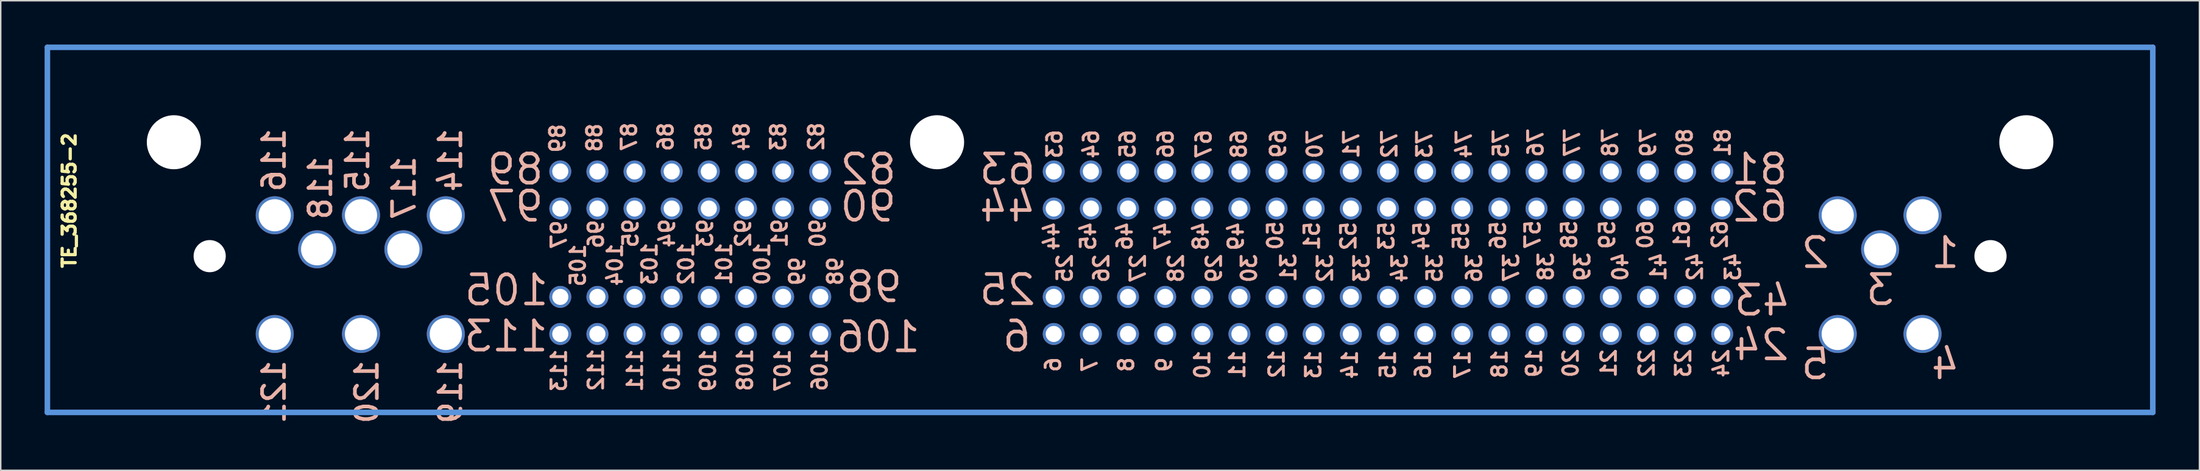
<source format=kicad_pcb>
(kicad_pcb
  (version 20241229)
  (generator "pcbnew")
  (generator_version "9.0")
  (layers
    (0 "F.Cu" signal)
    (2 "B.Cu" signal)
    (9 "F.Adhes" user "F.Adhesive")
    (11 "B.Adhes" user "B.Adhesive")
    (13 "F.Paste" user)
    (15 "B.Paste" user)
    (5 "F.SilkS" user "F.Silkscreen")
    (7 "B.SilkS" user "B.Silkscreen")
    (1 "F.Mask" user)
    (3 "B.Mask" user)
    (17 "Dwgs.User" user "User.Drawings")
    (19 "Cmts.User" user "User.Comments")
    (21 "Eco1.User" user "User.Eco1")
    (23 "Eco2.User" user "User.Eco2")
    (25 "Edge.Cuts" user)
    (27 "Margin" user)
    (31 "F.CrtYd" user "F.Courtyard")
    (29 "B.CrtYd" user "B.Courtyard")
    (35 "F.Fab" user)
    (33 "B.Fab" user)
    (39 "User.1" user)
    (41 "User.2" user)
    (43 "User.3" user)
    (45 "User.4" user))
  (footprint "TE_368255-2"
    (layer "F.Cu")
    (at 15.681 19.82)
    (property "Reference" "TE_368255-2" (at -13.99 -9.14 270) (layer "F.SilkS") (effects (font (size 0.889 0.889) (thickness 0.224))))
    (attr through_hole)
    (fp_line (start -15.49 5.37) (end -15.49 -19.63) (stroke (width 0.381) (type solid)) (layer "Cmts.User"))
    (fp_line (start 128.51 -19.63) (end -15.49 -19.63) (stroke (width 0.381) (type solid)) (layer "Cmts.User"))
    (fp_line (start 128.51 5.37) (end -15.49 5.37) (stroke (width 0.381) (type solid)) (layer "Cmts.User"))
    (fp_line (start 128.51 5.37) (end 128.51 -19.63) (stroke (width 0.381) (type solid)) (layer "Cmts.User"))
    (fp_text user "61" (at 96.3 -6.8 270) (layer "B.SilkS") (effects (font (size 1 1) (thickness 0.2)) (justify mirror)))
    (fp_text user "56" (at 83.732 -6.739 270) (layer "B.SilkS") (effects (font (size 1 1) (thickness 0.2)) (justify mirror)))
    (fp_text user "44" (at 53.2 -6.7 270) (layer "B.SilkS") (effects (font (size 1 1) (thickness 0.2)) (justify mirror)))
    (fp_text user "66" (at 61 -13 270) (layer "B.SilkS") (effects (font (size 1 1) (thickness 0.2)) (justify mirror)))
    (fp_text user "118" (at 3.187 -10.004 270) (layer "B.SilkS") (effects (font (size 1.5 1.5) (thickness 0.25)) (justify mirror)))
    (fp_text user "9" (at 60.9 2.1 270) (layer "B.SilkS") (effects (font (size 1 1) (thickness 0.2)) (justify mirror)))
    (fp_text user "120" (at 6.362 3.966 270) (layer "B.SilkS") (effects (font (size 1.5 1.5) (thickness 0.25)) (justify mirror)))
    (fp_text user "89" (at 19.4 -13.4 270) (layer "B.SilkS") (effects (font (size 1 1) (thickness 0.2)) (justify mirror)))
    (fp_text user "17" (at 81.3 2.1 270) (layer "B.SilkS") (effects (font (size 1 1) (thickness 0.2)) (justify mirror)))
    (fp_text user "59" (at 91.2 -6.8 270) (layer "B.SilkS") (effects (font (size 1 1) (thickness 0.2)) (justify mirror)))
    (fp_text user "12" (at 68.592 2.061 270) (layer "B.SilkS") (effects (font (size 1 1) (thickness 0.2)) (justify mirror)))
    (fp_text user "41" (at 94.7 -4.6 270) (layer "B.SilkS") (effects (font (size 1 1) (thickness 0.2)) (justify mirror)))
    (fp_text user "53" (at 76.1 -6.7 270) (layer "B.SilkS") (effects (font (size 1 1) (thickness 0.2)) (justify mirror)))
    (fp_text user "94" (at 26.9 -6.9 270) (layer "B.SilkS") (effects (font (size 1 1) (thickness 0.2)) (justify mirror)))
    (fp_text user "99" (at 35.8 -4.3 270) (layer "B.SilkS") (effects (font (size 1 1) (thickness 0.2)) (justify mirror)))
    (fp_text user "25" (at 54.1 -4.5 270) (layer "B.SilkS") (effects (font (size 1 1) (thickness 0.2)) (justify mirror)))
    (fp_text user "113" (at 19.5 2.5 270) (layer "B.SilkS") (effects (font (size 1 1) (thickness 0.2)) (justify mirror)))
    (fp_text user "33" (at 74.4 -4.5 270) (layer "B.SilkS") (effects (font (size 1 1) (thickness 0.2)) (justify mirror)))
    (fp_text user "30" (at 66.7 -4.5 270) (layer "B.SilkS") (effects (font (size 1 1) (thickness 0.2)) (justify mirror)))
    (fp_text user "103" (at 25.7 -4.8 270) (layer "B.SilkS") (effects (font (size 1 1) (thickness 0.2)) (justify mirror)))
    (fp_text user "27" (at 59.1 -4.5 270) (layer "B.SilkS") (effects (font (size 1 1) (thickness 0.2)) (justify mirror)))
    (fp_text user "36" (at 82.1 -4.5 270) (layer "B.SilkS") (effects (font (size 1 1) (thickness 0.2)) (justify mirror)))
    (fp_text user "25" (at 50.177 -3.019 180) (layer "B.SilkS") (effects (font (size 2 2) (thickness 0.25)) (justify mirror)))
    (fp_text user "8" (at 58.3 2.1 270) (layer "B.SilkS") (effects (font (size 1 1) (thickness 0.2)) (justify mirror)))
    (fp_text user "6" (at 50.812 0.156 180) (layer "B.SilkS") (effects (font (size 2 2) (thickness 0.25)) (justify mirror)))
    (fp_text user "26" (at 56.6 -4.5 270) (layer "B.SilkS") (effects (font (size 1 1) (thickness 0.2)) (justify mirror)))
    (fp_text user "58" (at 88.6 -6.8 270) (layer "B.SilkS") (effects (font (size 1 1) (thickness 0.2)) (justify mirror)))
    (fp_text user "60" (at 93.8 -6.8 270) (layer "B.SilkS") (effects (font (size 1 1) (thickness 0.2)) (justify mirror)))
    (fp_text user "71" (at 73.7 -13 270) (layer "B.SilkS") (effects (font (size 1 1) (thickness 0.2)) (justify mirror)))
    (fp_text user "63" (at 53.4 -13 270) (layer "B.SilkS") (effects (font (size 1 1) (thickness 0.2)) (justify mirror)))
    (fp_text user "6" (at 53.3 2.1 270) (layer "B.SilkS") (effects (font (size 1 1) (thickness 0.2)) (justify mirror)))
    (fp_text user "29" (at 64.3 -4.5 270) (layer "B.SilkS") (effects (font (size 1 1) (thickness 0.2)) (justify mirror)))
    (fp_text user "101" (at 30.8 -4.8 270) (layer "B.SilkS") (effects (font (size 1 1) (thickness 0.2)) (justify mirror)))
    (fp_text user "97" (at 19.5 -6.8 270) (layer "B.SilkS") (effects (font (size 1 1) (thickness 0.2)) (justify mirror)))
    (fp_text user "50" (at 68.492 -6.739 270) (layer "B.SilkS") (effects (font (size 1 1) (thickness 0.2)) (justify mirror)))
    (fp_text user "78" (at 91.4 -13.1 270) (layer "B.SilkS") (effects (font (size 1 1) (thickness 0.2)) (justify mirror)))
    (fp_text user "37" (at 84.632 -4.539 270) (layer "B.SilkS") (effects (font (size 1 1) (thickness 0.2)) (justify mirror)))
    (fp_text user "48" (at 63.4 -6.7 270) (layer "B.SilkS") (effects (font (size 1 1) (thickness 0.2)) (justify mirror)))
    (fp_text user "97" (at 16.522 -8.734 180) (layer "B.SilkS") (effects (font (size 2 2) (thickness 0.25)) (justify mirror)))
    (fp_text user "88" (at 21.932 -13.439 270) (layer "B.SilkS") (effects (font (size 1 1) (thickness 0.2)) (justify mirror)))
    (fp_text user "89" (at 16.522 -11.274 180) (layer "B.SilkS") (effects (font (size 2 2) (thickness 0.25)) (justify mirror)))
    (fp_text user "86" (at 26.8 -13.5 270) (layer "B.SilkS") (effects (font (size 1 1) (thickness 0.2)) (justify mirror)))
    (fp_text user "108" (at 32.232 2.461 270) (layer "B.SilkS") (effects (font (size 1 1) (thickness 0.2)) (justify mirror)))
    (fp_text user "63" (at 50.177 -11.274 180) (layer "B.SilkS") (effects (font (size 2 2) (thickness 0.25)) (justify mirror)))
    (fp_text user "16" (at 78.6 2.1 270) (layer "B.SilkS") (effects (font (size 1 1) (thickness 0.2)) (justify mirror)))
    (fp_text user "20" (at 88.7 2 270) (layer "B.SilkS") (effects (font (size 1 1) (thickness 0.2)) (justify mirror)))
    (fp_text user "87" (at 24.3 -13.5 270) (layer "B.SilkS") (effects (font (size 1 1) (thickness 0.2)) (justify mirror)))
    (fp_text user "76" (at 86.3 -13.1 270) (layer "B.SilkS") (effects (font (size 1 1) (thickness 0.2)) (justify mirror)))
    (fp_text user "113" (at 15.887 0.156 180) (layer "B.SilkS") (effects (font (size 2 2) (thickness 0.25)) (justify mirror)))
    (fp_text user "54" (at 78.5 -6.7 270) (layer "B.SilkS") (effects (font (size 1 1) (thickness 0.2)) (justify mirror)))
    (fp_text user "72" (at 76.3 -13 270) (layer "B.SilkS") (effects (font (size 1 1) (thickness 0.2)) (justify mirror)))
    (fp_text user "7" (at 55.8 2.1 270) (layer "B.SilkS") (effects (font (size 1 1) (thickness 0.2)) (justify mirror)))
    (fp_text user "102" (at 28.2 -4.8 270) (layer "B.SilkS") (effects (font (size 1 1) (thickness 0.2)) (justify mirror)))
    (fp_text user "111" (at 24.7 2.5 270) (layer "B.SilkS") (effects (font (size 1 1) (thickness 0.2)) (justify mirror)))
    (fp_text user "1" (at 114.312 -5.559 180) (layer "B.SilkS") (effects (font (size 2 2) (thickness 0.25)) (justify mirror)))
    (fp_text user "32" (at 71.9 -4.5 270) (layer "B.SilkS") (effects (font (size 1 1) (thickness 0.2)) (justify mirror)))
    (fp_text user "24" (at 101.712 0.756 180) (layer "B.SilkS") (effects (font (size 2 2) (thickness 0.25)) (justify mirror)))
    (fp_text user "64" (at 55.9 -13 270) (layer "B.SilkS") (effects (font (size 1 1) (thickness 0.2)) (justify mirror)))
    (fp_text user "109" (at 29.7 2.5 270) (layer "B.SilkS") (effects (font (size 1 1) (thickness 0.2)) (justify mirror)))
    (fp_text user "105" (at 15.912 -3.004 180) (layer "B.SilkS") (effects (font (size 2 2) (thickness 0.25)) (justify mirror)))
    (fp_text user "62" (at 98.9 -6.8 270) (layer "B.SilkS") (effects (font (size 1 1) (thickness 0.2)) (justify mirror)))
    (fp_text user "24" (at 99 2 270) (layer "B.SilkS") (effects (font (size 1 1) (thickness 0.2)) (justify mirror)))
    (fp_text user "100" (at 33.4 -4.8 270) (layer "B.SilkS") (effects (font (size 1 1) (thickness 0.2)) (justify mirror)))
    (fp_text user "85" (at 29.4 -13.5 270) (layer "B.SilkS") (effects (font (size 1 1) (thickness 0.2)) (justify mirror)))
    (fp_text user "65" (at 58.4 -13 270) (layer "B.SilkS") (effects (font (size 1 1) (thickness 0.2)) (justify mirror)))
    (fp_text user "44" (at 50.177 -8.734 180) (layer "B.SilkS") (effects (font (size 2 2) (thickness 0.25)) (justify mirror)))
    (fp_text user "98" (at 38.4 -4.3 270) (layer "B.SilkS") (effects (font (size 1 1) (thickness 0.2)) (justify mirror)))
    (fp_text user "67" (at 63.6 -13 270) (layer "B.SilkS") (effects (font (size 1 1) (thickness 0.2)) (justify mirror)))
    (fp_text user "119" (at 12.077 3.966 270) (layer "B.SilkS") (effects (font (size 1.5 1.5) (thickness 0.25)) (justify mirror)))
    (fp_text user "31" (at 69.392 -4.539 270) (layer "B.SilkS") (effects (font (size 1 1) (thickness 0.2)) (justify mirror)))
    (fp_text user "57" (at 86.1 -6.8 270) (layer "B.SilkS") (effects (font (size 1 1) (thickness 0.2)) (justify mirror)))
    (fp_text user "43" (at 99.8 -4.6 270) (layer "B.SilkS") (effects (font (size 1 1) (thickness 0.2)) (justify mirror)))
    (fp_text user "107" (at 34.8 2.5 270) (layer "B.SilkS") (effects (font (size 1 1) (thickness 0.2)) (justify mirror)))
    (fp_text user "22" (at 93.9 2 270) (layer "B.SilkS") (effects (font (size 1 1) (thickness 0.2)) (justify mirror)))
    (fp_text user "13" (at 71.1 2.1 270) (layer "B.SilkS") (effects (font (size 1 1) (thickness 0.2)) (justify mirror)))
    (fp_text user "38" (at 87 -4.6 270) (layer "B.SilkS") (effects (font (size 1 1) (thickness 0.2)) (justify mirror)))
    (fp_text user "19" (at 86.2 2 270) (layer "B.SilkS") (effects (font (size 1 1) (thickness 0.2)) (justify mirror)))
    (fp_text user "2" (at 105.422 -5.559 180) (layer "B.SilkS") (effects (font (size 2 2) (thickness 0.25)) (justify mirror)))
    (fp_text user "114" (at 12.077 -11.909 270) (layer "B.SilkS") (effects (font (size 1.5 1.5) (thickness 0.25)) (justify mirror)))
    (fp_text user "90" (at 37.2 -6.9 270) (layer "B.SilkS") (effects (font (size 1 1) (thickness 0.2)) (justify mirror)))
    (fp_text user "93" (at 29.5 -6.9 270) (layer "B.SilkS") (effects (font (size 1 1) (thickness 0.2)) (justify mirror)))
    (fp_text user "43" (at 101.8 -2.3 180) (layer "B.SilkS") (effects (font (size 2 2) (thickness 0.25)) (justify mirror)))
    (fp_text user "91" (at 34.6 -6.9 270) (layer "B.SilkS") (effects (font (size 1 1) (thickness 0.2)) (justify mirror)))
    (fp_text user "90" (at 40.652 -8.734 180) (layer "B.SilkS") (effects (font (size 2 2) (thickness 0.25)) (justify mirror)))
    (fp_text user "106" (at 41.338 0.207 180) (layer "B.SilkS") (effects (font (size 2 2) (thickness 0.25)) (justify mirror)))
    (fp_text user "106" (at 37.332 2.461 270) (layer "B.SilkS") (effects (font (size 1 1) (thickness 0.2)) (justify mirror)))
    (fp_text user "92" (at 32.1 -6.9 270) (layer "B.SilkS") (effects (font (size 1 1) (thickness 0.2)) (justify mirror)))
    (fp_text user "51" (at 71 -6.7 270) (layer "B.SilkS") (effects (font (size 1 1) (thickness 0.2)) (justify mirror)))
    (fp_text user "121" (at 0.012 3.966 270) (layer "B.SilkS") (effects (font (size 1.5 1.5) (thickness 0.25)) (justify mirror)))
    (fp_text user "79" (at 94 -13.1 270) (layer "B.SilkS") (effects (font (size 1 1) (thickness 0.2)) (justify mirror)))
    (fp_text user "62" (at 101.612 -8.734 180) (layer "B.SilkS") (effects (font (size 2 2) (thickness 0.25)) (justify mirror)))
    (fp_text user "95" (at 24.4 -6.9 270) (layer "B.SilkS") (effects (font (size 1 1) (thickness 0.2)) (justify mirror)))
    (fp_text user "115" (at 5.727 -11.909 270) (layer "B.SilkS") (effects (font (size 1.5 1.5) (thickness 0.25)) (justify mirror)))
    (fp_text user "81" (at 101.612 -11.274 180) (layer "B.SilkS") (effects (font (size 2 2) (thickness 0.25)) (justify mirror)))
    (fp_text user "42" (at 97.2 -4.6 270) (layer "B.SilkS") (effects (font (size 1 1) (thickness 0.2)) (justify mirror)))
    (fp_text user "98" (at 41.052 -3.219 180) (layer "B.SilkS") (effects (font (size 2 2) (thickness 0.25)) (justify mirror)))
    (fp_text user "82" (at 37.1 -13.5 270) (layer "B.SilkS") (effects (font (size 1 1) (thickness 0.2)) (justify mirror)))
    (fp_text user "84" (at 32 -13.5 270) (layer "B.SilkS") (effects (font (size 1 1) (thickness 0.2)) (justify mirror)))
    (fp_text user "18" (at 83.832 2.061 270) (layer "B.SilkS") (effects (font (size 1 1) (thickness 0.2)) (justify mirror)))
    (fp_text user "81" (at 99.1 -13.1 270) (layer "B.SilkS") (effects (font (size 1 1) (thickness 0.2)) (justify mirror)))
    (fp_text user "82" (at 40.652 -11.274 180) (layer "B.SilkS") (effects (font (size 2 2) (thickness 0.25)) (justify mirror)))
    (fp_text user "80" (at 96.5 -13.1 270) (layer "B.SilkS") (effects (font (size 1 1) (thickness 0.2)) (justify mirror)))
    (fp_text user "45" (at 55.7 -6.7 270) (layer "B.SilkS") (effects (font (size 1 1) (thickness 0.2)) (justify mirror)))
    (fp_text user "49" (at 65.8 -6.7 270) (layer "B.SilkS") (effects (font (size 1 1) (thickness 0.2)) (justify mirror)))
    (fp_text user "105" (at 20.8 -4.7 270) (layer "B.SilkS") (effects (font (size 1 1) (thickness 0.2)) (justify mirror)))
    (fp_text user "55" (at 81.2 -6.7 270) (layer "B.SilkS") (effects (font (size 1 1) (thickness 0.2)) (justify mirror)))
    (fp_text user "11" (at 65.9 2.1 270) (layer "B.SilkS") (effects (font (size 1 1) (thickness 0.2)) (justify mirror)))
    (fp_text user "69" (at 68.692 -13.039 270) (layer "B.SilkS") (effects (font (size 1 1) (thickness 0.2)) (justify mirror)))
    (fp_text user "34" (at 77 -4.5 270) (layer "B.SilkS") (effects (font (size 1 1) (thickness 0.2)) (justify mirror)))
    (fp_text user "52" (at 73.5 -6.7 270) (layer "B.SilkS") (effects (font (size 1 1) (thickness 0.2)) (justify mirror)))
    (fp_text user "35" (at 79.4 -4.5 270) (layer "B.SilkS") (effects (font (size 1 1) (thickness 0.2)) (justify mirror)))
    (fp_text user "104" (at 23.332 -4.739 270) (layer "B.SilkS") (effects (font (size 1 1) (thickness 0.2)) (justify mirror)))
    (fp_text user "47" (at 60.8 -6.7 270) (layer "B.SilkS") (effects (font (size 1 1) (thickness 0.2)) (justify mirror)))
    (fp_text user "73" (at 78.7 -13 270) (layer "B.SilkS") (effects (font (size 1 1) (thickness 0.2)) (justify mirror)))
    (fp_text user "117" (at 8.902 -10.004 270) (layer "B.SilkS") (effects (font (size 1.5 1.5) (thickness 0.25)) (justify mirror)))
    (fp_text user "70" (at 71.2 -13 270) (layer "B.SilkS") (effects (font (size 1 1) (thickness 0.2)) (justify mirror)))
    (fp_text user "5" (at 105.422 2.061 180) (layer "B.SilkS") (effects (font (size 2 2) (thickness 0.25)) (justify mirror)))
    (fp_text user "39" (at 89.5 -4.6 270) (layer "B.SilkS") (effects (font (size 1 1) (thickness 0.2)) (justify mirror)))
    (fp_text user "14" (at 73.6 2.1 270) (layer "B.SilkS") (effects (font (size 1 1) (thickness 0.2)) (justify mirror)))
    (fp_text user "15" (at 76.2 2.1 270) (layer "B.SilkS") (effects (font (size 1 1) (thickness 0.2)) (justify mirror)))
    (fp_text user "28" (at 61.7 -4.5 270) (layer "B.SilkS") (effects (font (size 1 1) (thickness 0.2)) (justify mirror)))
    (fp_text user "10" (at 63.5 2.1 270) (layer "B.SilkS") (effects (font (size 1 1) (thickness 0.2)) (justify mirror)))
    (fp_text user "112" (at 22.032 2.461 270) (layer "B.SilkS") (effects (font (size 1 1) (thickness 0.2)) (justify mirror)))
    (fp_text user "46" (at 58.2 -6.7 270) (layer "B.SilkS") (effects (font (size 1 1) (thickness 0.2)) (justify mirror)))
    (fp_text user "40" (at 92.1 -4.6 270) (layer "B.SilkS") (effects (font (size 1 1) (thickness 0.2)) (justify mirror)))
    (fp_text user "74" (at 81.4 -13 270) (layer "B.SilkS") (effects (font (size 1 1) (thickness 0.2)) (justify mirror)))
    (fp_text user "75" (at 83.932 -13.039 270) (layer "B.SilkS") (effects (font (size 1 1) (thickness 0.2)) (justify mirror)))
    (fp_text user "77" (at 88.8 -13.1 270) (layer "B.SilkS") (effects (font (size 1 1) (thickness 0.2)) (justify mirror)))
    (fp_text user "3" (at 109.867 -3.019 180) (layer "B.SilkS") (effects (font (size 2 2) (thickness 0.25)) (justify mirror)))
    (fp_text user "83" (at 34.5 -13.5 270) (layer "B.SilkS") (effects (font (size 1 1) (thickness 0.2)) (justify mirror)))
    (fp_text user "4" (at 114.312 2.061 180) (layer "B.SilkS") (effects (font (size 2 2) (thickness 0.25)) (justify mirror)))
    (fp_text user "68" (at 66 -13 270) (layer "B.SilkS") (effects (font (size 1 1) (thickness 0.2)) (justify mirror)))
    (fp_text user "96" (at 22.032 -6.839 270) (layer "B.SilkS") (effects (font (size 1 1) (thickness 0.2)) (justify mirror)))
    (fp_text user "21" (at 91.3 2 270) (layer "B.SilkS") (effects (font (size 1 1) (thickness 0.2)) (justify mirror)))
    (fp_text user "23" (at 96.4 2 270) (layer "B.SilkS") (effects (font (size 1 1) (thickness 0.2)) (justify mirror)))
    (fp_text user "116" (at 0.012 -11.909 270) (layer "B.SilkS") (effects (font (size 1.5 1.5) (thickness 0.25)) (justify mirror)))
    (fp_text user "110" (at 27.232 2.461 270) (layer "B.SilkS") (effects (font (size 1 1) (thickness 0.2)) (justify mirror)))
    (pad "" np_thru_hole circle (at -6.84 -13.13 180) (size 3.7 3.7) (drill 3.7) (layers "*.Cu" "*.Mask"))
    (pad "" np_thru_hole circle (at -4.39 -5.33 180) (size 2.2 2.2) (drill 2.2) (layers "*.Cu" "*.Mask"))
    (pad "" np_thru_hole circle (at 45.36 -13.13 180) (size 3.7 3.7) (drill 3.7) (layers "*.Cu" "*.Mask"))
    (pad "" np_thru_hole circle (at 117.41 -5.33 180) (size 2.2 2.2) (drill 2.2) (layers "*.Cu" "*.Mask"))
    (pad "" np_thru_hole circle (at 119.86 -13.13 180) (size 3.7 3.7) (drill 3.7) (layers "*.Cu" "*.Mask"))
    (pad "1" thru_hole circle (at 112.76 -8.13 180) (size 2.6 2.6) (drill 2.2) (layers "*.Cu" "*.Mask"))
    (pad "2" thru_hole circle (at 106.96 -8.13 180) (size 2.6 2.6) (drill 2.2) (layers "*.Cu" "*.Mask"))
    (pad "3" thru_hole circle (at 109.86 -5.8 180) (size 2.6 2.6) (drill 2.2) (layers "*.Cu" "*.Mask"))
    (pad "4" thru_hole circle (at 112.76 0 180) (size 2.6 2.6) (drill 2.2) (layers "*.Cu" "*.Mask"))
    (pad "5" thru_hole circle (at 106.96 0 180) (size 2.6 2.6) (drill 2.2) (layers "*.Cu" "*.Mask"))
    (pad "6" thru_hole circle (at 53.34 0 180) (size 1.5 1.5) (drill 1.1) (layers "*.Cu" "*.Mask"))
    (pad "7" thru_hole circle (at 55.88 0 180) (size 1.5 1.5) (drill 1.1) (layers "*.Cu" "*.Mask"))
    (pad "8" thru_hole circle (at 58.42 0 180) (size 1.5 1.5) (drill 1.1) (layers "*.Cu" "*.Mask"))
    (pad "9" thru_hole circle (at 60.96 0 180) (size 1.5 1.5) (drill 1.1) (layers "*.Cu" "*.Mask"))
    (pad "10" thru_hole circle (at 63.5 0 180) (size 1.5 1.5) (drill 1.1) (layers "*.Cu" "*.Mask"))
    (pad "11" thru_hole circle (at 66.04 0 180) (size 1.5 1.5) (drill 1.1) (layers "*.Cu" "*.Mask"))
    (pad "12" thru_hole circle (at 68.58 0 180) (size 1.5 1.5) (drill 1.1) (layers "*.Cu" "*.Mask"))
    (pad "13" thru_hole circle (at 71.12 0 180) (size 1.5 1.5) (drill 1.1) (layers "*.Cu" "*.Mask"))
    (pad "14" thru_hole circle (at 73.66 0 180) (size 1.5 1.5) (drill 1.1) (layers "*.Cu" "*.Mask"))
    (pad "15" thru_hole circle (at 76.2 0 180) (size 1.5 1.5) (drill 1.1) (layers "*.Cu" "*.Mask"))
    (pad "16" thru_hole circle (at 78.74 0 180) (size 1.5 1.5) (drill 1.1) (layers "*.Cu" "*.Mask"))
    (pad "17" thru_hole circle (at 81.28 0 180) (size 1.5 1.5) (drill 1.1) (layers "*.Cu" "*.Mask"))
    (pad "18" thru_hole circle (at 83.82 0 180) (size 1.5 1.5) (drill 1.1) (layers "*.Cu" "*.Mask"))
    (pad "19" thru_hole circle (at 86.36 0 180) (size 1.5 1.5) (drill 1.1) (layers "*.Cu" "*.Mask"))
    (pad "20" thru_hole circle (at 88.9 0 180) (size 1.5 1.5) (drill 1.1) (layers "*.Cu" "*.Mask"))
    (pad "21" thru_hole circle (at 91.44 0 180) (size 1.5 1.5) (drill 1.1) (layers "*.Cu" "*.Mask"))
    (pad "22" thru_hole circle (at 93.98 0 180) (size 1.5 1.5) (drill 1.1) (layers "*.Cu" "*.Mask"))
    (pad "23" thru_hole circle (at 96.52 0 180) (size 1.5 1.5) (drill 1.1) (layers "*.Cu" "*.Mask"))
    (pad "24" thru_hole circle (at 99.06 0 180) (size 1.5 1.5) (drill 1.1) (layers "*.Cu" "*.Mask"))
    (pad "25" thru_hole circle (at 53.34 -2.54 180) (size 1.5 1.5) (drill 1.1) (layers "*.Cu" "*.Mask"))
    (pad "26" thru_hole circle (at 55.88 -2.54 180) (size 1.5 1.5) (drill 1.1) (layers "*.Cu" "*.Mask"))
    (pad "27" thru_hole circle (at 58.42 -2.54 180) (size 1.5 1.5) (drill 1.1) (layers "*.Cu" "*.Mask"))
    (pad "28" thru_hole circle (at 60.96 -2.54 180) (size 1.5 1.5) (drill 1.1) (layers "*.Cu" "*.Mask"))
    (pad "29" thru_hole circle (at 63.5 -2.54 180) (size 1.5 1.5) (drill 1.1) (layers "*.Cu" "*.Mask"))
    (pad "30" thru_hole circle (at 66.04 -2.54 180) (size 1.5 1.5) (drill 1.1) (layers "*.Cu" "*.Mask"))
    (pad "31" thru_hole circle (at 68.58 -2.54 180) (size 1.5 1.5) (drill 1.1) (layers "*.Cu" "*.Mask"))
    (pad "32" thru_hole circle (at 71.12 -2.54 180) (size 1.5 1.5) (drill 1.1) (layers "*.Cu" "*.Mask"))
    (pad "33" thru_hole circle (at 73.66 -2.54 180) (size 1.5 1.5) (drill 1.1) (layers "*.Cu" "*.Mask"))
    (pad "34" thru_hole circle (at 76.2 -2.54 180) (size 1.5 1.5) (drill 1.1) (layers "*.Cu" "*.Mask"))
    (pad "35" thru_hole circle (at 78.74 -2.54 180) (size 1.5 1.5) (drill 1.1) (layers "*.Cu" "*.Mask"))
    (pad "36" thru_hole circle (at 81.28 -2.54 180) (size 1.5 1.5) (drill 1.1) (layers "*.Cu" "*.Mask"))
    (pad "37" thru_hole circle (at 83.82 -2.54 180) (size 1.5 1.5) (drill 1.1) (layers "*.Cu" "*.Mask"))
    (pad "38" thru_hole circle (at 86.36 -2.54 180) (size 1.5 1.5) (drill 1.1) (layers "*.Cu" "*.Mask"))
    (pad "39" thru_hole circle (at 88.9 -2.54 180) (size 1.5 1.5) (drill 1.1) (layers "*.Cu" "*.Mask"))
    (pad "40" thru_hole circle (at 91.44 -2.54 180) (size 1.5 1.5) (drill 1.1) (layers "*.Cu" "*.Mask"))
    (pad "41" thru_hole circle (at 93.98 -2.54 180) (size 1.5 1.5) (drill 1.1) (layers "*.Cu" "*.Mask"))
    (pad "42" thru_hole circle (at 96.52 -2.54 180) (size 1.5 1.5) (drill 1.1) (layers "*.Cu" "*.Mask"))
    (pad "43" thru_hole circle (at 99.06 -2.54 180) (size 1.5 1.5) (drill 1.1) (layers "*.Cu" "*.Mask"))
    (pad "44" thru_hole circle (at 53.34 -8.59 180) (size 1.5 1.5) (drill 1.1) (layers "*.Cu" "*.Mask"))
    (pad "45" thru_hole circle (at 55.88 -8.59 180) (size 1.5 1.5) (drill 1.1) (layers "*.Cu" "*.Mask"))
    (pad "46" thru_hole circle (at 58.42 -8.59 180) (size 1.5 1.5) (drill 1.1) (layers "*.Cu" "*.Mask"))
    (pad "47" thru_hole circle (at 60.96 -8.59 180) (size 1.5 1.5) (drill 1.1) (layers "*.Cu" "*.Mask"))
    (pad "48" thru_hole circle (at 63.5 -8.59 180) (size 1.5 1.5) (drill 1.1) (layers "*.Cu" "*.Mask"))
    (pad "49" thru_hole circle (at 66.04 -8.59 180) (size 1.5 1.5) (drill 1.1) (layers "*.Cu" "*.Mask"))
    (pad "50" thru_hole circle (at 68.58 -8.59 180) (size 1.5 1.5) (drill 1.1) (layers "*.Cu" "*.Mask"))
    (pad "51" thru_hole circle (at 71.12 -8.59 180) (size 1.5 1.5) (drill 1.1) (layers "*.Cu" "*.Mask"))
    (pad "52" thru_hole circle (at 73.66 -8.59 180) (size 1.5 1.5) (drill 1.1) (layers "*.Cu" "*.Mask"))
    (pad "53" thru_hole circle (at 76.2 -8.59 180) (size 1.5 1.5) (drill 1.1) (layers "*.Cu" "*.Mask"))
    (pad "54" thru_hole circle (at 78.74 -8.59 180) (size 1.5 1.5) (drill 1.1) (layers "*.Cu" "*.Mask"))
    (pad "55" thru_hole circle (at 81.28 -8.59 180) (size 1.5 1.5) (drill 1.1) (layers "*.Cu" "*.Mask"))
    (pad "56" thru_hole circle (at 83.82 -8.59 180) (size 1.5 1.5) (drill 1.1) (layers "*.Cu" "*.Mask"))
    (pad "57" thru_hole circle (at 86.36 -8.59 180) (size 1.5 1.5) (drill 1.1) (layers "*.Cu" "*.Mask"))
    (pad "58" thru_hole circle (at 88.9 -8.59 180) (size 1.5 1.5) (drill 1.1) (layers "*.Cu" "*.Mask"))
    (pad "59" thru_hole circle (at 91.44 -8.59 180) (size 1.5 1.5) (drill 1.1) (layers "*.Cu" "*.Mask"))
    (pad "60" thru_hole circle (at 93.98 -8.59 180) (size 1.5 1.5) (drill 1.1) (layers "*.Cu" "*.Mask"))
    (pad "61" thru_hole circle (at 96.52 -8.59 180) (size 1.5 1.5) (drill 1.1) (layers "*.Cu" "*.Mask"))
    (pad "62" thru_hole circle (at 99.06 -8.59 180) (size 1.5 1.5) (drill 1.1) (layers "*.Cu" "*.Mask"))
    (pad "63" thru_hole circle (at 53.34 -11.13 180) (size 1.5 1.5) (drill 1.1) (layers "*.Cu" "*.Mask"))
    (pad "64" thru_hole circle (at 55.88 -11.13 180) (size 1.5 1.5) (drill 1.1) (layers "*.Cu" "*.Mask"))
    (pad "65" thru_hole circle (at 58.42 -11.13 180) (size 1.5 1.5) (drill 1.1) (layers "*.Cu" "*.Mask"))
    (pad "66" thru_hole circle (at 60.96 -11.13 180) (size 1.5 1.5) (drill 1.1) (layers "*.Cu" "*.Mask"))
    (pad "67" thru_hole circle (at 63.5 -11.13 180) (size 1.5 1.5) (drill 1.1) (layers "*.Cu" "*.Mask"))
    (pad "68" thru_hole circle (at 66.04 -11.13 180) (size 1.5 1.5) (drill 1.1) (layers "*.Cu" "*.Mask"))
    (pad "69" thru_hole circle (at 68.58 -11.13 180) (size 1.5 1.5) (drill 1.1) (layers "*.Cu" "*.Mask"))
    (pad "70" thru_hole circle (at 71.12 -11.13 180) (size 1.5 1.5) (drill 1.1) (layers "*.Cu" "*.Mask"))
    (pad "71" thru_hole circle (at 73.66 -11.13 180) (size 1.5 1.5) (drill 1.1) (layers "*.Cu" "*.Mask"))
    (pad "72" thru_hole circle (at 76.2 -11.13 180) (size 1.5 1.5) (drill 1.1) (layers "*.Cu" "*.Mask"))
    (pad "73" thru_hole circle (at 78.74 -11.13 180) (size 1.5 1.5) (drill 1.1) (layers "*.Cu" "*.Mask"))
    (pad "74" thru_hole circle (at 81.28 -11.13 180) (size 1.5 1.5) (drill 1.1) (layers "*.Cu" "*.Mask"))
    (pad "75" thru_hole circle (at 83.82 -11.13 180) (size 1.5 1.5) (drill 1.1) (layers "*.Cu" "*.Mask"))
    (pad "76" thru_hole circle (at 86.36 -11.13 180) (size 1.5 1.5) (drill 1.1) (layers "*.Cu" "*.Mask"))
    (pad "77" thru_hole circle (at 88.9 -11.13 180) (size 1.5 1.5) (drill 1.1) (layers "*.Cu" "*.Mask"))
    (pad "78" thru_hole circle (at 91.44 -11.13 180) (size 1.5 1.5) (drill 1.1) (layers "*.Cu" "*.Mask"))
    (pad "79" thru_hole circle (at 93.98 -11.13 180) (size 1.5 1.5) (drill 1.1) (layers "*.Cu" "*.Mask"))
    (pad "80" thru_hole circle (at 96.52 -11.13 180) (size 1.5 1.5) (drill 1.1) (layers "*.Cu" "*.Mask"))
    (pad "81" thru_hole circle (at 99.06 -11.13 180) (size 1.5 1.5) (drill 1.1) (layers "*.Cu" "*.Mask"))
    (pad "82" thru_hole circle (at 37.37 -11.13 180) (size 1.5 1.5) (drill 1.1) (layers "*.Cu" "*.Mask"))
    (pad "83" thru_hole circle (at 34.83 -11.13 180) (size 1.5 1.5) (drill 1.1) (layers "*.Cu" "*.Mask"))
    (pad "84" thru_hole circle (at 32.29 -11.13 180) (size 1.5 1.5) (drill 1.1) (layers "*.Cu" "*.Mask"))
    (pad "85" thru_hole circle (at 29.75 -11.13 180) (size 1.5 1.5) (drill 1.1) (layers "*.Cu" "*.Mask"))
    (pad "86" thru_hole circle (at 27.21 -11.13 180) (size 1.5 1.5) (drill 1.1) (layers "*.Cu" "*.Mask"))
    (pad "87" thru_hole circle (at 24.67 -11.13 180) (size 1.5 1.5) (drill 1.1) (layers "*.Cu" "*.Mask"))
    (pad "88" thru_hole circle (at 22.13 -11.13 180) (size 1.5 1.5) (drill 1.1) (layers "*.Cu" "*.Mask"))
    (pad "89" thru_hole circle (at 19.59 -11.13 180) (size 1.5 1.5) (drill 1.1) (layers "*.Cu" "*.Mask"))
    (pad "90" thru_hole circle (at 37.37 -8.59 180) (size 1.5 1.5) (drill 1.1) (layers "*.Cu" "*.Mask"))
    (pad "91" thru_hole circle (at 34.83 -8.59 180) (size 1.5 1.5) (drill 1.1) (layers "*.Cu" "*.Mask"))
    (pad "92" thru_hole circle (at 32.29 -8.59 180) (size 1.5 1.5) (drill 1.1) (layers "*.Cu" "*.Mask"))
    (pad "93" thru_hole circle (at 29.75 -8.59 180) (size 1.5 1.5) (drill 1.1) (layers "*.Cu" "*.Mask"))
    (pad "94" thru_hole circle (at 27.21 -8.59 180) (size 1.5 1.5) (drill 1.1) (layers "*.Cu" "*.Mask"))
    (pad "95" thru_hole circle (at 24.67 -8.59 180) (size 1.5 1.5) (drill 1.1) (layers "*.Cu" "*.Mask"))
    (pad "96" thru_hole circle (at 22.13 -8.59 180) (size 1.5 1.5) (drill 1.1) (layers "*.Cu" "*.Mask"))
    (pad "97" thru_hole circle (at 19.59 -8.59 180) (size 1.5 1.5) (drill 1.1) (layers "*.Cu" "*.Mask"))
    (pad "98" thru_hole circle (at 37.37 -2.54 180) (size 1.5 1.5) (drill 1.1) (layers "*.Cu" "*.Mask"))
    (pad "99" thru_hole circle (at 34.83 -2.54 180) (size 1.5 1.5) (drill 1.1) (layers "*.Cu" "*.Mask"))
    (pad "100" thru_hole circle (at 32.29 -2.54 180) (size 1.5 1.5) (drill 1.1) (layers "*.Cu" "*.Mask"))
    (pad "101" thru_hole circle (at 29.75 -2.54 180) (size 1.5 1.5) (drill 1.1) (layers "*.Cu" "*.Mask"))
    (pad "102" thru_hole circle (at 27.21 -2.54 180) (size 1.5 1.5) (drill 1.1) (layers "*.Cu" "*.Mask"))
    (pad "103" thru_hole circle (at 24.67 -2.54 180) (size 1.5 1.5) (drill 1.1) (layers "*.Cu" "*.Mask"))
    (pad "104" thru_hole circle (at 22.13 -2.54 180) (size 1.5 1.5) (drill 1.1) (layers "*.Cu" "*.Mask"))
    (pad "105" thru_hole circle (at 19.59 -2.54 180) (size 1.5 1.5) (drill 1.1) (layers "*.Cu" "*.Mask"))
    (pad "106" thru_hole circle (at 37.37 0 180) (size 1.5 1.5) (drill 1.1) (layers "*.Cu" "*.Mask"))
    (pad "107" thru_hole circle (at 34.83 0 180) (size 1.5 1.5) (drill 1.1) (layers "*.Cu" "*.Mask"))
    (pad "108" thru_hole circle (at 32.29 0 180) (size 1.5 1.5) (drill 1.1) (layers "*.Cu" "*.Mask"))
    (pad "109" thru_hole circle (at 29.75 0 180) (size 1.5 1.5) (drill 1.1) (layers "*.Cu" "*.Mask"))
    (pad "110" thru_hole circle (at 27.21 0 180) (size 1.5 1.5) (drill 1.1) (layers "*.Cu" "*.Mask"))
    (pad "111" thru_hole circle (at 24.67 0 180) (size 1.5 1.5) (drill 1.1) (layers "*.Cu" "*.Mask"))
    (pad "112" thru_hole circle (at 22.13 0 180) (size 1.5 1.5) (drill 1.1) (layers "*.Cu" "*.Mask"))
    (pad "113" thru_hole circle (at 19.59 0 180) (size 1.5 1.5) (drill 1.1) (layers "*.Cu" "*.Mask"))
    (pad "114" thru_hole circle (at 11.76 -8.13 180) (size 2.6 2.6) (drill 2.2) (layers "*.Cu" "*.Mask"))
    (pad "115" thru_hole circle (at 5.96 -8.13 180) (size 2.6 2.6) (drill 2.2) (layers "*.Cu" "*.Mask"))
    (pad "116" thru_hole circle (at 0.06 -8.13 180) (size 2.6 2.6) (drill 2.2) (layers "*.Cu" "*.Mask"))
    (pad "117" thru_hole circle (at 8.86 -5.8 180) (size 2.6 2.6) (drill 2.2) (layers "*.Cu" "*.Mask"))
    (pad "118" thru_hole circle (at 2.96 -5.8 180) (size 2.6 2.6) (drill 2.2) (layers "*.Cu" "*.Mask"))
    (pad "119" thru_hole circle (at 11.76 0 180) (size 2.6 2.6) (drill 2.2) (layers "*.Cu" "*.Mask"))
    (pad "120" thru_hole circle (at 5.96 0 180) (size 2.6 2.6) (drill 2.2) (layers "*.Cu" "*.Mask"))
    (pad "121" thru_hole circle (at 0.06 0 180) (size 2.6 2.6) (drill 2.2) (layers "*.Cu" "*.Mask")))
  (gr_rect
    (start -3 -3)
    (end 147.381 29.154)
    (stroke (width 0.1) (type default))
    (fill no)
    (layer "Edge.Cuts")))
</source>
